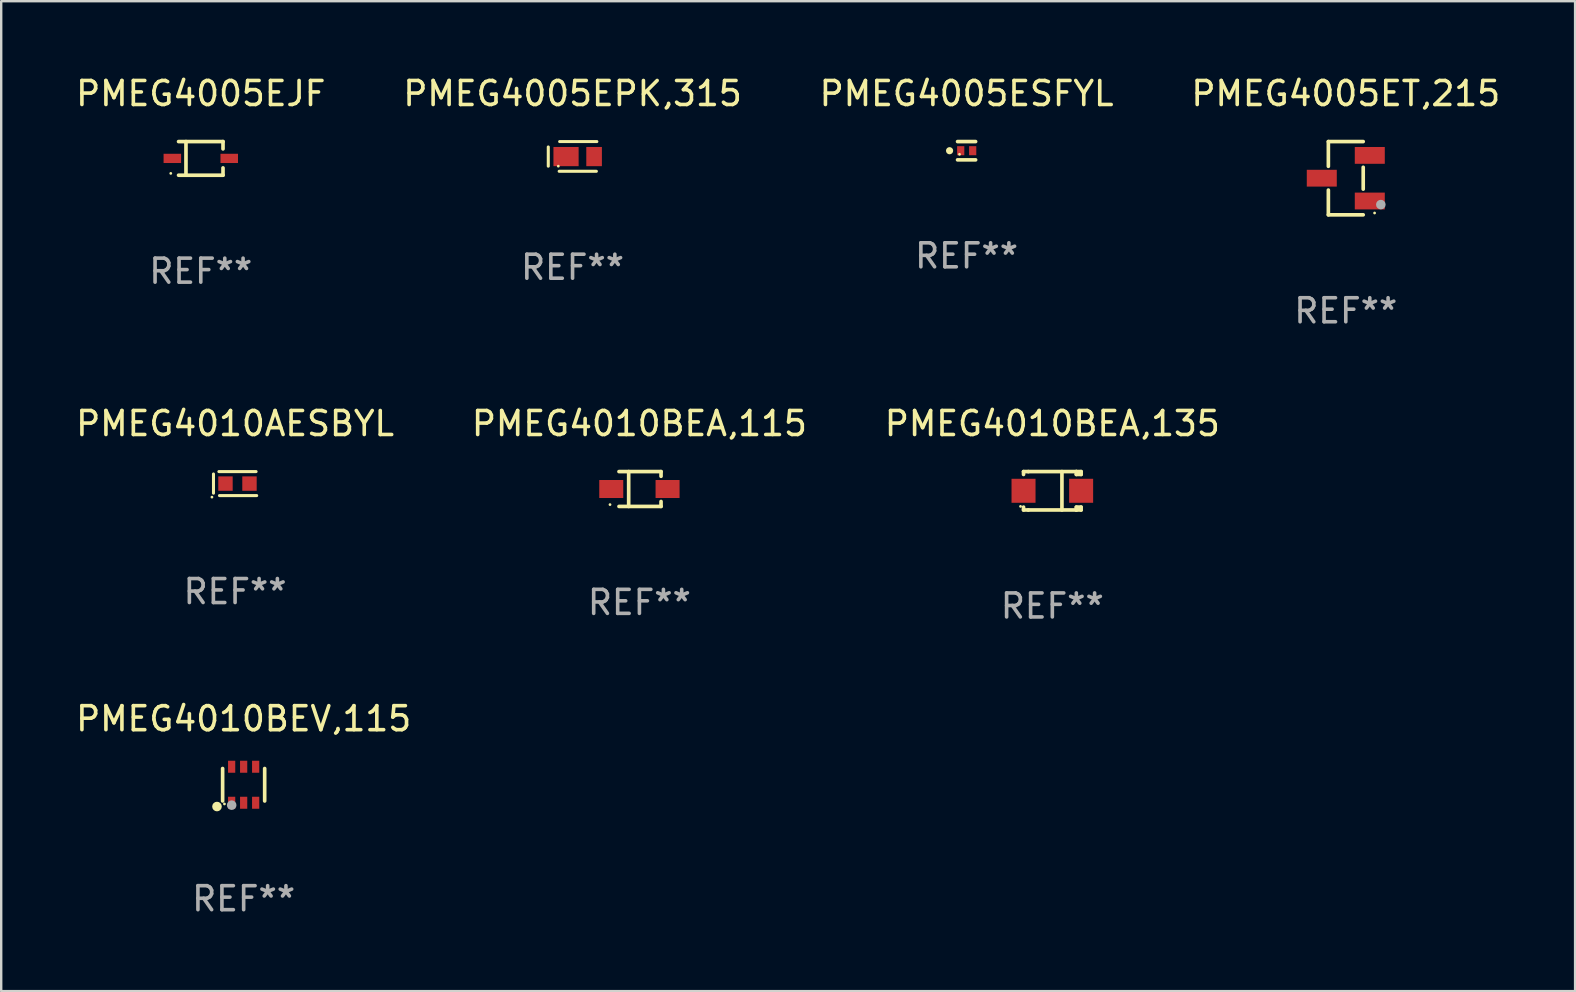
<source format=kicad_pcb>
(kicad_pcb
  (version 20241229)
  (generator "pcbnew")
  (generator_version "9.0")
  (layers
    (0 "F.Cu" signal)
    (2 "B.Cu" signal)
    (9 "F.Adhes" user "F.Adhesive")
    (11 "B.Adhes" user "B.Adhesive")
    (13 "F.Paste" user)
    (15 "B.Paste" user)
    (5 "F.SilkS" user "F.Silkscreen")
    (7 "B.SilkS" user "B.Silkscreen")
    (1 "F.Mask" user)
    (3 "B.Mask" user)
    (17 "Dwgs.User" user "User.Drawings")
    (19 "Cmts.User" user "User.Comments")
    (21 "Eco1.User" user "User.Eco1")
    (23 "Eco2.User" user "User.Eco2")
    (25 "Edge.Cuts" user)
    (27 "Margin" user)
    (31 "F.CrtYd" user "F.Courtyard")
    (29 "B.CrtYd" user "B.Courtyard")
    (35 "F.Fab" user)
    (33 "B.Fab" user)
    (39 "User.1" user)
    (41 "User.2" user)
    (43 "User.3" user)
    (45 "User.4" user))
  (footprint "PMEG4005ESFYL"
    (layer "F.Cu")
    (at 37.22 3.229)
    (property "Reference" "PMEG4005ESFYL" (at 0 -2.381 0) (layer "F.SilkS") (effects (font (size 1 1) (thickness 0.15))))
    (attr through_hole)
    (fp_line (start -0.376 -0.381) (end 0.376 -0.381) (stroke (width 0.152) (type solid)) (layer "F.SilkS"))
    (fp_line (start -0.376 0.381) (end 0.376 0.381) (stroke (width 0.152) (type solid)) (layer "F.SilkS"))
    (fp_circle (center -0.709 0) (end -0.634 0) (stroke (width 0.15) (type solid)) (fill no) (layer "F.SilkS"))
    (fp_circle (center -0.295 0.15) (end -0.265 0.15) (stroke (width 0.06) (type solid)) (fill no) (layer "F.SilkS"))
    (fp_text user "REF**" (at 0 4.381 0) (layer "F.Fab") (effects (font (size 1 1) (thickness 0.15))))
    (pad "1" smd rect (at -0.245 0) (size 0.3 0.378) (layers "F.Cu" "F.Mask" "F.Paste"))
    (pad "2" smd rect (at 0.254 0) (size 0.3 0.378) (layers "F.Cu" "F.Mask" "F.Paste")))
  (footprint "PMEG4010BEA,115"
    (layer "F.Cu")
    (at 23.589 17.323)
    (property "Reference" "PMEG4010BEA,115" (at 0 -2.726 0) (layer "F.SilkS") (effects (font (size 1 1) (thickness 0.15))))
    (attr through_hole)
    (fp_line (start -0.851 -0.726) (end 0.901 -0.726) (stroke (width 0.152) (type solid)) (layer "F.SilkS"))
    (fp_line (start -0.851 0.726) (end 0.901 0.726) (stroke (width 0.152) (type solid)) (layer "F.SilkS"))
    (fp_line (start -0.447 -0.726) (end -0.447 0.726) (stroke (width 0.152) (type solid)) (layer "F.SilkS"))
    (fp_line (start 0.901 -0.726) (end 0.901 -0.53) (stroke (width 0.152) (type solid)) (layer "F.SilkS"))
    (fp_line (start 0.901 0.726) (end 0.901 0.52) (stroke (width 0.152) (type solid)) (layer "F.SilkS"))
    (fp_circle (center -1.225 0.65) (end -1.195 0.65) (stroke (width 0.06) (type solid)) (fill no) (layer "F.SilkS"))
    (fp_text user "REF**" (at 0 4.726 0) (layer "F.Fab") (effects (font (size 1 1) (thickness 0.15))))
    (pad "1" smd rect (at -1.173 0) (size 1 0.75) (layers "F.Cu" "F.Mask" "F.Paste"))
    (pad "2" smd rect (at 1.173 0) (size 1 0.75) (layers "F.Cu" "F.Mask" "F.Paste")))
  (footprint "PMEG4010AESBYL"
    (layer "F.Cu")
    (at 6.744 17.097)
    (property "Reference" "PMEG4010AESBYL" (at 0 -2.5 0) (layer "F.SilkS") (effects (font (size 1 1) (thickness 0.15))))
    (attr through_hole)
    (fp_line (start -0.9 -0.4) (end -0.9 0.4) (stroke (width 0.127) (type solid)) (layer "F.SilkS"))
    (fp_line (start -0.675 -0.5) (end 0.875 -0.5) (stroke (width 0.127) (type solid)) (layer "F.SilkS"))
    (fp_line (start -0.65 0.5) (end 0.9 0.5) (stroke (width 0.127) (type solid)) (layer "F.SilkS"))
    (fp_circle (center -0.964 0.564) (end -0.934 0.564) (stroke (width 0.06) (type solid)) (fill no) (layer "F.SilkS"))
    (fp_text user "REF**" (at 0 4.5 0) (layer "F.Fab") (effects (font (size 1 1) (thickness 0.15))))
    (pad "1" smd rect (at -0.4 0) (size 0.6 0.6) (layers "F.Cu" "F.Mask" "F.Paste"))
    (pad "2" smd rect (at 0.6 0) (size 0.6 0.6) (layers "F.Cu" "F.Mask" "F.Paste")))
  (footprint "PMEG4010BEA,135"
    (layer "F.Cu")
    (at 40.792 17.397)
    (property "Reference" "PMEG4010BEA,135" (at 0 -2.8 0) (layer "F.SilkS") (effects (font (size 1 1) (thickness 0.15))))
    (attr through_hole)
    (fp_line (start -1.2 -0.8) (end -1.2 -0.68) (stroke (width 0.152) (type solid)) (layer "F.SilkS"))
    (fp_line (start -1.2 0.68) (end -1.2 0.8) (stroke (width 0.152) (type solid)) (layer "F.SilkS"))
    (fp_line (start -1.2 0.8) (end -1 0.8) (stroke (width 0.152) (type solid)) (layer "F.SilkS"))
    (fp_line (start -1 -0.8) (end -1.2 -0.8) (stroke (width 0.152) (type solid)) (layer "F.SilkS"))
    (fp_line (start -1 -0.8) (end 1 -0.8) (stroke (width 0.152) (type solid)) (layer "F.SilkS"))
    (fp_line (start -1 0.8) (end 1 0.8) (stroke (width 0.152) (type solid)) (layer "F.SilkS"))
    (fp_line (start 0.4 -0.8) (end 0.4 0.8) (stroke (width 0.152) (type solid)) (layer "F.SilkS"))
    (fp_line (start 1 -0.8) (end 1 -0.68) (stroke (width 0.152) (type solid)) (layer "F.SilkS"))
    (fp_line (start 1 -0.8) (end 1.2 -0.8) (stroke (width 0.152) (type solid)) (layer "F.SilkS"))
    (fp_line (start 1 0.68) (end 1 0.8) (stroke (width 0.152) (type solid)) (layer "F.SilkS"))
    (fp_line (start 1 0.68) (end 1.2 0.68) (stroke (width 0.152) (type solid)) (layer "F.SilkS"))
    (fp_line (start 1.2 -0.8) (end 1.2 -0.68) (stroke (width 0.152) (type solid)) (layer "F.SilkS"))
    (fp_line (start 1.2 -0.68) (end 1 -0.68) (stroke (width 0.152) (type solid)) (layer "F.SilkS"))
    (fp_line (start 1.2 0.68) (end 1.2 0.8) (stroke (width 0.152) (type solid)) (layer "F.SilkS"))
    (fp_line (start 1.2 0.8) (end 1 0.8) (stroke (width 0.152) (type solid)) (layer "F.SilkS"))
    (fp_circle (center -1.325 0.65) (end -1.295 0.65) (stroke (width 0.06) (type solid)) (fill no) (layer "F.SilkS"))
    (fp_text user "REF**" (at 0 4.8 0) (layer "F.Fab") (effects (font (size 1 1) (thickness 0.15))))
    (pad "1" smd rect (at -1.2 0 180) (size 1 1) (layers "F.Cu" "F.Mask" "F.Paste"))
    (pad "2" smd rect (at 1.2 0 180) (size 1 1) (layers "F.Cu" "F.Mask" "F.Paste")))
  (footprint "PMEG4005ET,215"
    (layer "F.Cu")
    (at 53.018 4.374)
    (property "Reference" "PMEG4005ET,215" (at 0 -3.526 0) (layer "F.SilkS") (effects (font (size 1 1) (thickness 0.15))))
    (attr through_hole)
    (fp_line (start -0.726 -1.526) (end -0.726 -0.495) (stroke (width 0.152) (type solid)) (layer "F.SilkS"))
    (fp_line (start -0.726 1.526) (end -0.726 0.495) (stroke (width 0.152) (type solid)) (layer "F.SilkS"))
    (fp_line (start 0.726 -1.526) (end -0.726 -1.526) (stroke (width 0.152) (type solid)) (layer "F.SilkS"))
    (fp_line (start 0.726 -0.455) (end 0.726 0.455) (stroke (width 0.152) (type solid)) (layer "F.SilkS"))
    (fp_line (start 0.726 1.526) (end -0.726 1.526) (stroke (width 0.152) (type solid)) (layer "F.SilkS"))
    (fp_circle (center 1.2 1.45) (end 1.23 1.45) (stroke (width 0.06) (type solid)) (fill no) (layer "F.SilkS"))
    (fp_circle (center 1.46 1.1) (end 1.56 1.1) (stroke (width 0.2) (type solid)) (fill no) (layer "F.Fab"))
    (fp_text user "REF**" (at 0 5.526 0) (layer "F.Fab") (effects (font (size 1 1) (thickness 0.15))))
    (pad "1" smd rect (at 1 0.95) (size 1.25 0.7) (layers "F.Cu" "F.Mask" "F.Paste"))
    (pad "2" smd rect (at 1 -0.95) (size 1.25 0.7) (layers "F.Cu" "F.Mask" "F.Paste"))
    (pad "3" smd rect (at -1 0) (size 1.25 0.7) (layers "F.Cu" "F.Mask" "F.Paste")))
  (footprint "PMEG4005EJF"
    (layer "F.Cu")
    (at 5.315 3.549)
    (property "Reference" "PMEG4005EJF" (at 0 -2.701 0) (layer "F.SilkS") (effects (font (size 1 1) (thickness 0.15))))
    (attr through_hole)
    (fp_line (start -0.926 -0.701) (end 0.926 -0.701) (stroke (width 0.152) (type solid)) (layer "F.SilkS"))
    (fp_line (start -0.926 0.701) (end 0.926 0.701) (stroke (width 0.152) (type solid)) (layer "F.SilkS"))
    (fp_line (start -0.617 -0.701) (end -0.617 0.701) (stroke (width 0.152) (type solid)) (layer "F.SilkS"))
    (fp_line (start 0.926 -0.701) (end 0.926 -0.396) (stroke (width 0.152) (type solid)) (layer "F.SilkS"))
    (fp_line (start 0.926 0.701) (end 0.926 0.396) (stroke (width 0.152) (type solid)) (layer "F.SilkS"))
    (fp_circle (center -1.25 0.625) (end -1.22 0.625) (stroke (width 0.06) (type solid)) (fill no) (layer "F.SilkS"))
    (fp_text user "REF**" (at 0 4.701 0) (layer "F.Fab") (effects (font (size 1 1) (thickness 0.15))))
    (pad "1" smd rect (at -1.185 0 180) (size 0.73 0.385) (layers "F.Cu" "F.Mask" "F.Paste"))
    (pad "2" smd rect (at 1.185 0 180) (size 0.73 0.385) (layers "F.Cu" "F.Mask" "F.Paste")))
  (footprint "PMEG4005EPK,315"
    (layer "F.Cu")
    (at 20.804 3.467)
    (property "Reference" "PMEG4005EPK,315" (at 0 -2.619 0) (layer "F.SilkS") (effects (font (size 1 1) (thickness 0.15))))
    (attr through_hole)
    (fp_line (start -1.012 -0.394) (end -1.012 0.406) (stroke (width 0.127) (type solid)) (layer "F.SilkS"))
    (fp_line (start -0.558 0.619) (end 0.992 0.619) (stroke (width 0.127) (type solid)) (layer "F.SilkS"))
    (fp_line (start -0.538 -0.619) (end 1.012 -0.619) (stroke (width 0.127) (type solid)) (layer "F.SilkS"))
    (fp_circle (center -0.594 0.406) (end -0.564 0.406) (stroke (width 0.06) (type solid)) (fill no) (layer "F.SilkS"))
    (fp_text user "REF**" (at 0 4.619 0) (layer "F.Fab") (effects (font (size 1 1) (thickness 0.15))))
    (pad "1" smd rect (at -0.272 0.006) (size 1.049 0.8) (layers "F.Cu" "F.Mask" "F.Paste"))
    (pad "2" smd rect (at 0.897 0.006) (size 0.65 0.8) (layers "F.Cu" "F.Mask" "F.Paste")))
  (footprint "PMEG4010BEV,115"
    (layer "F.Cu")
    (at 7.101 29.644)
    (property "Reference" "PMEG4010BEV,115" (at 0 -2.75 0) (layer "F.SilkS") (effects (font (size 1 1) (thickness 0.15))))
    (attr through_hole)
    (fp_line (start -0.876 0.676) (end -0.876 -0.676) (stroke (width 0.152) (type solid)) (layer "F.SilkS"))
    (fp_line (start 0.876 0.676) (end 0.876 -0.676) (stroke (width 0.152) (type solid)) (layer "F.SilkS"))
    (fp_circle (center -1.111 0.908) (end -1.011 0.908) (stroke (width 0.2) (type solid)) (fill no) (layer "F.SilkS"))
    (fp_circle (center -0.8 0.8) (end -0.77 0.8) (stroke (width 0.06) (type solid)) (fill no) (layer "F.SilkS"))
    (fp_circle (center -0.499 0.85) (end -0.399 0.85) (stroke (width 0.2) (type solid)) (fill no) (layer "F.Fab"))
    (fp_text user "REF**" (at 0 4.75 0) (layer "F.Fab") (effects (font (size 1 1) (thickness 0.15))))
    (pad "1" smd rect (at -0.5 0.75) (size 0.3 0.5) (layers "F.Cu" "F.Mask" "F.Paste"))
    (pad "2" smd rect (at 0 0.75) (size 0.3 0.5) (layers "F.Cu" "F.Mask" "F.Paste"))
    (pad "3" smd rect (at 0.5 0.75) (size 0.3 0.5) (layers "F.Cu" "F.Mask" "F.Paste"))
    (pad "4" smd rect (at 0.5 -0.75) (size 0.3 0.5) (layers "F.Cu" "F.Mask" "F.Paste"))
    (pad "5" smd rect (at 0 -0.75) (size 0.3 0.5) (layers "F.Cu" "F.Mask" "F.Paste"))
    (pad "6" smd rect (at -0.5 -0.75) (size 0.3 0.5) (layers "F.Cu" "F.Mask" "F.Paste")))
  (gr_rect
    (start -3 -3)
    (end 62.571 38.242)
    (stroke (width 0.1) (type default))
    (fill no)
    (layer "Edge.Cuts")))
</source>
